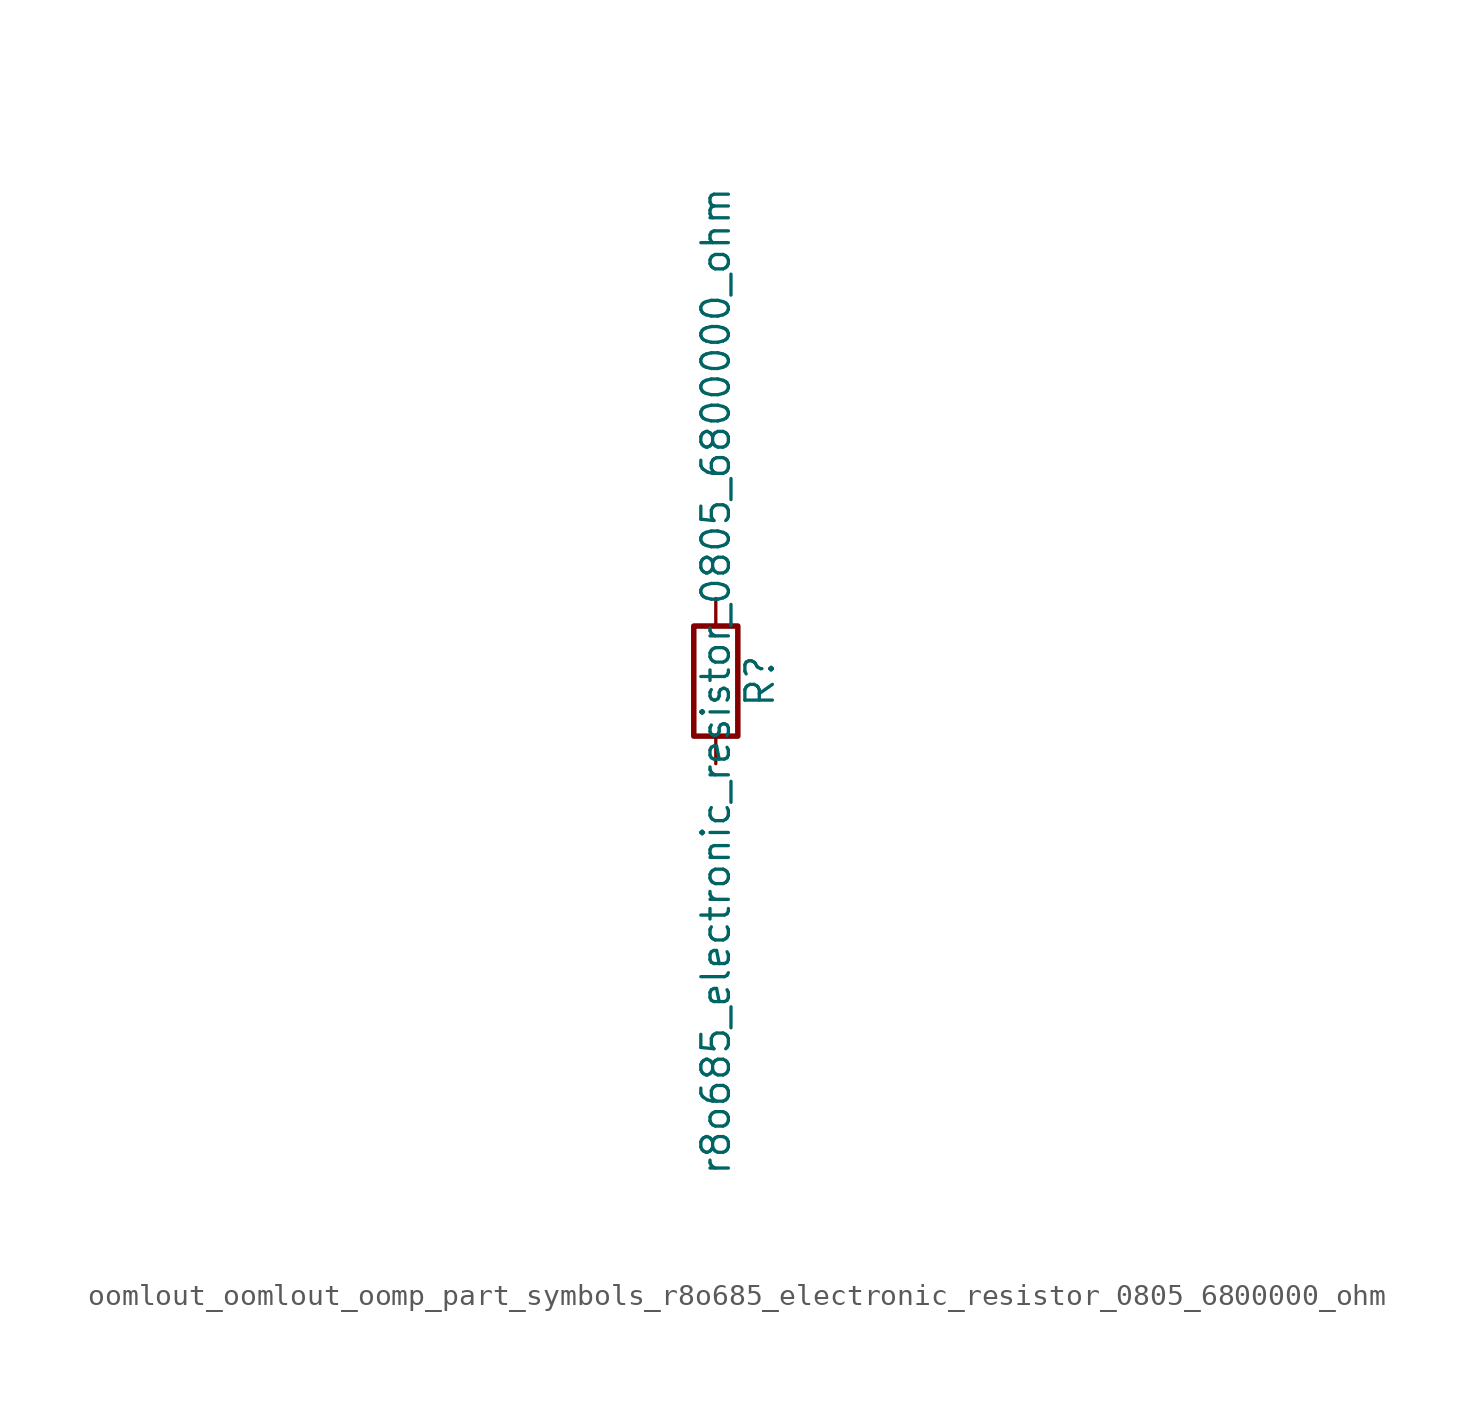
<source format=kicad_sym>
(kicad_symbol_lib
  (version 20220914)
  (generator kicad_symbol_editor)
  (symbol "oomlout_oomlout_oomp_part_symbols_r8o685_electronic_resistor_0805_6800000_ohm"
    (pin_numbers hide)
    (pin_names
      (offset 0))
    (property "Reference" "R"
      (at 2.032 0 90)
      (effects (font (size 1.27 1.27))))
    (property "Value" "r8o685_electronic_resistor_0805_6800000_ohm"
      (at 0 0 90)
      (effects (font (size 1.27 1.27))))
    (symbol "oomlout_oomlout_oomp_part_symbols_r8o685_electronic_resistor_0805_6800000_ohm_0_1"
      (rectangle (start -1.016 -2.54) (end 1.016 2.54) (stroke (width 0.254) (type default)) (fill (type none))))
    (symbol "oomlout_oomlout_oomp_part_symbols_r8o685_electronic_resistor_0805_6800000_ohm_1_1"
      (pin passive line (at 0 3.81 270) (length 1.27) (name "~" (effects (font (size 1.27 1.27)))) (number "1" (effects (font (size 1.27 1.27)))))
      (pin passive line (at 0 -3.81 90) (length 1.27) (name "~" (effects (font (size 1.27 1.27)))) (number "2" (effects (font (size 1.27 1.27))))))))
</source>
